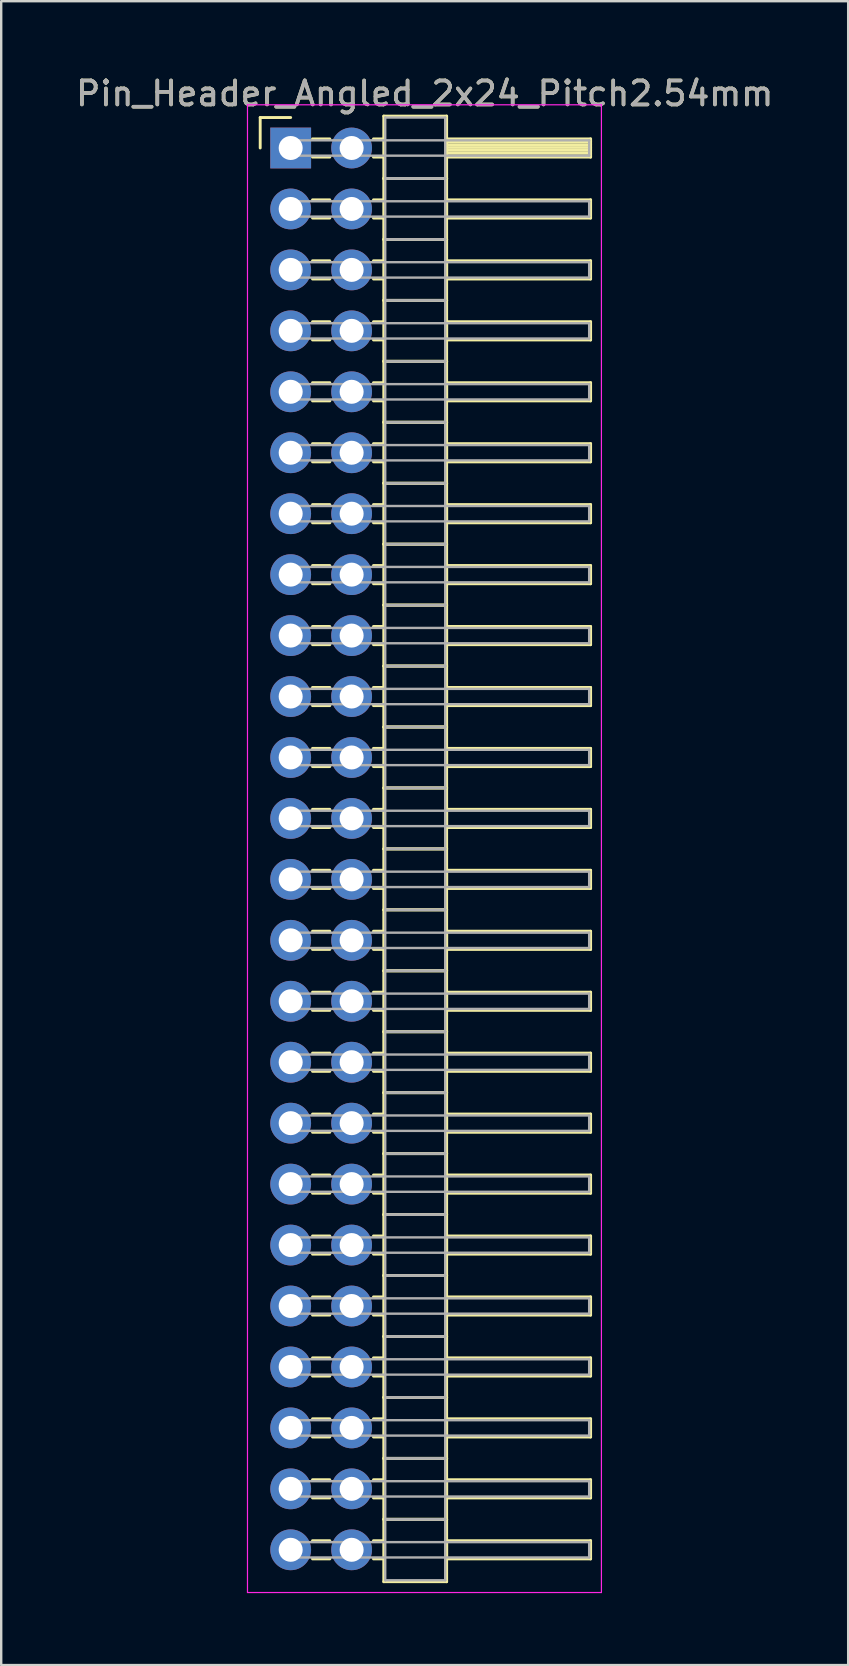
<source format=kicad_pcb>
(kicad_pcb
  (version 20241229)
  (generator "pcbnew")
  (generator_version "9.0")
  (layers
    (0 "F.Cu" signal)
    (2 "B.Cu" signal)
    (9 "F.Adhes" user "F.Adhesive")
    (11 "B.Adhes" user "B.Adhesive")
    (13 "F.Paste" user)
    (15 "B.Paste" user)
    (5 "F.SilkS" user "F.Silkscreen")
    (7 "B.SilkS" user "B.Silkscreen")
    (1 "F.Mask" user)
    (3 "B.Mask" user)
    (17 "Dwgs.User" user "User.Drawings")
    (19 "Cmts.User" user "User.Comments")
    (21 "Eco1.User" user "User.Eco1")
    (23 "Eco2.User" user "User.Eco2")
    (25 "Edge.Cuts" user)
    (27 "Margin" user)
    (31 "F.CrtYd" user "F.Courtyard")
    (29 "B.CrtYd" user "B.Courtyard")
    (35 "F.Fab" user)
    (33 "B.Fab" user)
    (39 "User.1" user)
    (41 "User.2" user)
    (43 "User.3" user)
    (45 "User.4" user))
  (footprint "Pin_Header_Angled_2x24_Pitch2.54mm"
    (layer "F.Cu")
    (at 9.064 3.118)
    (property "Reference" "Pin_Header_Angled_2x24_Pitch2.54mm" (at 5.585 -2.27 0) (layer "F.SilkS") (effects (font (size 1 1) (thickness 0.15))))
    (attr through_hole)
    (fp_line (start -1.27 -1.27) (end 0 -1.27) (stroke (width 0.12) (type solid)) (layer "F.SilkS"))
    (fp_line (start -1.27 0) (end -1.27 -1.27) (stroke (width 0.12) (type solid)) (layer "F.SilkS"))
    (fp_line (start 0.91 -0.38) (end 1.63 -0.38) (stroke (width 0.12) (type solid)) (layer "F.SilkS"))
    (fp_line (start 0.91 0.38) (end 1.63 0.38) (stroke (width 0.12) (type solid)) (layer "F.SilkS"))
    (fp_line (start 0.91 2.16) (end 1.63 2.16) (stroke (width 0.12) (type solid)) (layer "F.SilkS"))
    (fp_line (start 0.91 2.92) (end 1.63 2.92) (stroke (width 0.12) (type solid)) (layer "F.SilkS"))
    (fp_line (start 0.91 4.7) (end 1.63 4.7) (stroke (width 0.12) (type solid)) (layer "F.SilkS"))
    (fp_line (start 0.91 5.46) (end 1.63 5.46) (stroke (width 0.12) (type solid)) (layer "F.SilkS"))
    (fp_line (start 0.91 7.24) (end 1.63 7.24) (stroke (width 0.12) (type solid)) (layer "F.SilkS"))
    (fp_line (start 0.91 8) (end 1.63 8) (stroke (width 0.12) (type solid)) (layer "F.SilkS"))
    (fp_line (start 0.91 9.78) (end 1.63 9.78) (stroke (width 0.12) (type solid)) (layer "F.SilkS"))
    (fp_line (start 0.91 10.54) (end 1.63 10.54) (stroke (width 0.12) (type solid)) (layer "F.SilkS"))
    (fp_line (start 0.91 12.32) (end 1.63 12.32) (stroke (width 0.12) (type solid)) (layer "F.SilkS"))
    (fp_line (start 0.91 13.08) (end 1.63 13.08) (stroke (width 0.12) (type solid)) (layer "F.SilkS"))
    (fp_line (start 0.91 14.86) (end 1.63 14.86) (stroke (width 0.12) (type solid)) (layer "F.SilkS"))
    (fp_line (start 0.91 15.62) (end 1.63 15.62) (stroke (width 0.12) (type solid)) (layer "F.SilkS"))
    (fp_line (start 0.91 17.4) (end 1.63 17.4) (stroke (width 0.12) (type solid)) (layer "F.SilkS"))
    (fp_line (start 0.91 18.16) (end 1.63 18.16) (stroke (width 0.12) (type solid)) (layer "F.SilkS"))
    (fp_line (start 0.91 19.94) (end 1.63 19.94) (stroke (width 0.12) (type solid)) (layer "F.SilkS"))
    (fp_line (start 0.91 20.7) (end 1.63 20.7) (stroke (width 0.12) (type solid)) (layer "F.SilkS"))
    (fp_line (start 0.91 22.48) (end 1.63 22.48) (stroke (width 0.12) (type solid)) (layer "F.SilkS"))
    (fp_line (start 0.91 23.24) (end 1.63 23.24) (stroke (width 0.12) (type solid)) (layer "F.SilkS"))
    (fp_line (start 0.91 25.02) (end 1.63 25.02) (stroke (width 0.12) (type solid)) (layer "F.SilkS"))
    (fp_line (start 0.91 25.78) (end 1.63 25.78) (stroke (width 0.12) (type solid)) (layer "F.SilkS"))
    (fp_line (start 0.91 27.56) (end 1.63 27.56) (stroke (width 0.12) (type solid)) (layer "F.SilkS"))
    (fp_line (start 0.91 28.32) (end 1.63 28.32) (stroke (width 0.12) (type solid)) (layer "F.SilkS"))
    (fp_line (start 0.91 30.1) (end 1.63 30.1) (stroke (width 0.12) (type solid)) (layer "F.SilkS"))
    (fp_line (start 0.91 30.86) (end 1.63 30.86) (stroke (width 0.12) (type solid)) (layer "F.SilkS"))
    (fp_line (start 0.91 32.64) (end 1.63 32.64) (stroke (width 0.12) (type solid)) (layer "F.SilkS"))
    (fp_line (start 0.91 33.4) (end 1.63 33.4) (stroke (width 0.12) (type solid)) (layer "F.SilkS"))
    (fp_line (start 0.91 35.18) (end 1.63 35.18) (stroke (width 0.12) (type solid)) (layer "F.SilkS"))
    (fp_line (start 0.91 35.94) (end 1.63 35.94) (stroke (width 0.12) (type solid)) (layer "F.SilkS"))
    (fp_line (start 0.91 37.72) (end 1.63 37.72) (stroke (width 0.12) (type solid)) (layer "F.SilkS"))
    (fp_line (start 0.91 38.48) (end 1.63 38.48) (stroke (width 0.12) (type solid)) (layer "F.SilkS"))
    (fp_line (start 0.91 40.26) (end 1.63 40.26) (stroke (width 0.12) (type solid)) (layer "F.SilkS"))
    (fp_line (start 0.91 41.02) (end 1.63 41.02) (stroke (width 0.12) (type solid)) (layer "F.SilkS"))
    (fp_line (start 0.91 42.8) (end 1.63 42.8) (stroke (width 0.12) (type solid)) (layer "F.SilkS"))
    (fp_line (start 0.91 43.56) (end 1.63 43.56) (stroke (width 0.12) (type solid)) (layer "F.SilkS"))
    (fp_line (start 0.91 45.34) (end 1.63 45.34) (stroke (width 0.12) (type solid)) (layer "F.SilkS"))
    (fp_line (start 0.91 46.1) (end 1.63 46.1) (stroke (width 0.12) (type solid)) (layer "F.SilkS"))
    (fp_line (start 0.91 47.88) (end 1.63 47.88) (stroke (width 0.12) (type solid)) (layer "F.SilkS"))
    (fp_line (start 0.91 48.64) (end 1.63 48.64) (stroke (width 0.12) (type solid)) (layer "F.SilkS"))
    (fp_line (start 0.91 50.42) (end 1.63 50.42) (stroke (width 0.12) (type solid)) (layer "F.SilkS"))
    (fp_line (start 0.91 51.18) (end 1.63 51.18) (stroke (width 0.12) (type solid)) (layer "F.SilkS"))
    (fp_line (start 0.91 52.96) (end 1.63 52.96) (stroke (width 0.12) (type solid)) (layer "F.SilkS"))
    (fp_line (start 0.91 53.72) (end 1.63 53.72) (stroke (width 0.12) (type solid)) (layer "F.SilkS"))
    (fp_line (start 0.91 55.5) (end 1.63 55.5) (stroke (width 0.12) (type solid)) (layer "F.SilkS"))
    (fp_line (start 0.91 56.26) (end 1.63 56.26) (stroke (width 0.12) (type solid)) (layer "F.SilkS"))
    (fp_line (start 0.91 58.04) (end 1.63 58.04) (stroke (width 0.12) (type solid)) (layer "F.SilkS"))
    (fp_line (start 0.91 58.8) (end 1.63 58.8) (stroke (width 0.12) (type solid)) (layer "F.SilkS"))
    (fp_line (start 3.45 -0.38) (end 3.88 -0.38) (stroke (width 0.12) (type solid)) (layer "F.SilkS"))
    (fp_line (start 3.45 0.38) (end 3.88 0.38) (stroke (width 0.12) (type solid)) (layer "F.SilkS"))
    (fp_line (start 3.45 2.16) (end 3.88 2.16) (stroke (width 0.12) (type solid)) (layer "F.SilkS"))
    (fp_line (start 3.45 2.92) (end 3.88 2.92) (stroke (width 0.12) (type solid)) (layer "F.SilkS"))
    (fp_line (start 3.45 4.7) (end 3.88 4.7) (stroke (width 0.12) (type solid)) (layer "F.SilkS"))
    (fp_line (start 3.45 5.46) (end 3.88 5.46) (stroke (width 0.12) (type solid)) (layer "F.SilkS"))
    (fp_line (start 3.45 7.24) (end 3.88 7.24) (stroke (width 0.12) (type solid)) (layer "F.SilkS"))
    (fp_line (start 3.45 8) (end 3.88 8) (stroke (width 0.12) (type solid)) (layer "F.SilkS"))
    (fp_line (start 3.45 9.78) (end 3.88 9.78) (stroke (width 0.12) (type solid)) (layer "F.SilkS"))
    (fp_line (start 3.45 10.54) (end 3.88 10.54) (stroke (width 0.12) (type solid)) (layer "F.SilkS"))
    (fp_line (start 3.45 12.32) (end 3.88 12.32) (stroke (width 0.12) (type solid)) (layer "F.SilkS"))
    (fp_line (start 3.45 13.08) (end 3.88 13.08) (stroke (width 0.12) (type solid)) (layer "F.SilkS"))
    (fp_line (start 3.45 14.86) (end 3.88 14.86) (stroke (width 0.12) (type solid)) (layer "F.SilkS"))
    (fp_line (start 3.45 15.62) (end 3.88 15.62) (stroke (width 0.12) (type solid)) (layer "F.SilkS"))
    (fp_line (start 3.45 17.4) (end 3.88 17.4) (stroke (width 0.12) (type solid)) (layer "F.SilkS"))
    (fp_line (start 3.45 18.16) (end 3.88 18.16) (stroke (width 0.12) (type solid)) (layer "F.SilkS"))
    (fp_line (start 3.45 19.94) (end 3.88 19.94) (stroke (width 0.12) (type solid)) (layer "F.SilkS"))
    (fp_line (start 3.45 20.7) (end 3.88 20.7) (stroke (width 0.12) (type solid)) (layer "F.SilkS"))
    (fp_line (start 3.45 22.48) (end 3.88 22.48) (stroke (width 0.12) (type solid)) (layer "F.SilkS"))
    (fp_line (start 3.45 23.24) (end 3.88 23.24) (stroke (width 0.12) (type solid)) (layer "F.SilkS"))
    (fp_line (start 3.45 25.02) (end 3.88 25.02) (stroke (width 0.12) (type solid)) (layer "F.SilkS"))
    (fp_line (start 3.45 25.78) (end 3.88 25.78) (stroke (width 0.12) (type solid)) (layer "F.SilkS"))
    (fp_line (start 3.45 27.56) (end 3.88 27.56) (stroke (width 0.12) (type solid)) (layer "F.SilkS"))
    (fp_line (start 3.45 28.32) (end 3.88 28.32) (stroke (width 0.12) (type solid)) (layer "F.SilkS"))
    (fp_line (start 3.45 30.1) (end 3.88 30.1) (stroke (width 0.12) (type solid)) (layer "F.SilkS"))
    (fp_line (start 3.45 30.86) (end 3.88 30.86) (stroke (width 0.12) (type solid)) (layer "F.SilkS"))
    (fp_line (start 3.45 32.64) (end 3.88 32.64) (stroke (width 0.12) (type solid)) (layer "F.SilkS"))
    (fp_line (start 3.45 33.4) (end 3.88 33.4) (stroke (width 0.12) (type solid)) (layer "F.SilkS"))
    (fp_line (start 3.45 35.18) (end 3.88 35.18) (stroke (width 0.12) (type solid)) (layer "F.SilkS"))
    (fp_line (start 3.45 35.94) (end 3.88 35.94) (stroke (width 0.12) (type solid)) (layer "F.SilkS"))
    (fp_line (start 3.45 37.72) (end 3.88 37.72) (stroke (width 0.12) (type solid)) (layer "F.SilkS"))
    (fp_line (start 3.45 38.48) (end 3.88 38.48) (stroke (width 0.12) (type solid)) (layer "F.SilkS"))
    (fp_line (start 3.45 40.26) (end 3.88 40.26) (stroke (width 0.12) (type solid)) (layer "F.SilkS"))
    (fp_line (start 3.45 41.02) (end 3.88 41.02) (stroke (width 0.12) (type solid)) (layer "F.SilkS"))
    (fp_line (start 3.45 42.8) (end 3.88 42.8) (stroke (width 0.12) (type solid)) (layer "F.SilkS"))
    (fp_line (start 3.45 43.56) (end 3.88 43.56) (stroke (width 0.12) (type solid)) (layer "F.SilkS"))
    (fp_line (start 3.45 45.34) (end 3.88 45.34) (stroke (width 0.12) (type solid)) (layer "F.SilkS"))
    (fp_line (start 3.45 46.1) (end 3.88 46.1) (stroke (width 0.12) (type solid)) (layer "F.SilkS"))
    (fp_line (start 3.45 47.88) (end 3.88 47.88) (stroke (width 0.12) (type solid)) (layer "F.SilkS"))
    (fp_line (start 3.45 48.64) (end 3.88 48.64) (stroke (width 0.12) (type solid)) (layer "F.SilkS"))
    (fp_line (start 3.45 50.42) (end 3.88 50.42) (stroke (width 0.12) (type solid)) (layer "F.SilkS"))
    (fp_line (start 3.45 51.18) (end 3.88 51.18) (stroke (width 0.12) (type solid)) (layer "F.SilkS"))
    (fp_line (start 3.45 52.96) (end 3.88 52.96) (stroke (width 0.12) (type solid)) (layer "F.SilkS"))
    (fp_line (start 3.45 53.72) (end 3.88 53.72) (stroke (width 0.12) (type solid)) (layer "F.SilkS"))
    (fp_line (start 3.45 55.5) (end 3.88 55.5) (stroke (width 0.12) (type solid)) (layer "F.SilkS"))
    (fp_line (start 3.45 56.26) (end 3.88 56.26) (stroke (width 0.12) (type solid)) (layer "F.SilkS"))
    (fp_line (start 3.45 58.04) (end 3.88 58.04) (stroke (width 0.12) (type solid)) (layer "F.SilkS"))
    (fp_line (start 3.45 58.8) (end 3.88 58.8) (stroke (width 0.12) (type solid)) (layer "F.SilkS"))
    (fp_line (start 3.88 -1.33) (end 3.88 1.27) (stroke (width 0.12) (type solid)) (layer "F.SilkS"))
    (fp_line (start 3.88 1.27) (end 3.88 3.81) (stroke (width 0.12) (type solid)) (layer "F.SilkS"))
    (fp_line (start 3.88 1.27) (end 6.5 1.27) (stroke (width 0.12) (type solid)) (layer "F.SilkS"))
    (fp_line (start 3.88 3.81) (end 3.88 6.35) (stroke (width 0.12) (type solid)) (layer "F.SilkS"))
    (fp_line (start 3.88 3.81) (end 6.5 3.81) (stroke (width 0.12) (type solid)) (layer "F.SilkS"))
    (fp_line (start 3.88 6.35) (end 3.88 8.89) (stroke (width 0.12) (type solid)) (layer "F.SilkS"))
    (fp_line (start 3.88 6.35) (end 6.5 6.35) (stroke (width 0.12) (type solid)) (layer "F.SilkS"))
    (fp_line (start 3.88 8.89) (end 3.88 11.43) (stroke (width 0.12) (type solid)) (layer "F.SilkS"))
    (fp_line (start 3.88 8.89) (end 6.5 8.89) (stroke (width 0.12) (type solid)) (layer "F.SilkS"))
    (fp_line (start 3.88 11.43) (end 3.88 13.97) (stroke (width 0.12) (type solid)) (layer "F.SilkS"))
    (fp_line (start 3.88 11.43) (end 6.5 11.43) (stroke (width 0.12) (type solid)) (layer "F.SilkS"))
    (fp_line (start 3.88 13.97) (end 3.88 16.51) (stroke (width 0.12) (type solid)) (layer "F.SilkS"))
    (fp_line (start 3.88 13.97) (end 6.5 13.97) (stroke (width 0.12) (type solid)) (layer "F.SilkS"))
    (fp_line (start 3.88 16.51) (end 3.88 19.05) (stroke (width 0.12) (type solid)) (layer "F.SilkS"))
    (fp_line (start 3.88 16.51) (end 6.5 16.51) (stroke (width 0.12) (type solid)) (layer "F.SilkS"))
    (fp_line (start 3.88 19.05) (end 3.88 21.59) (stroke (width 0.12) (type solid)) (layer "F.SilkS"))
    (fp_line (start 3.88 19.05) (end 6.5 19.05) (stroke (width 0.12) (type solid)) (layer "F.SilkS"))
    (fp_line (start 3.88 21.59) (end 3.88 24.13) (stroke (width 0.12) (type solid)) (layer "F.SilkS"))
    (fp_line (start 3.88 21.59) (end 6.5 21.59) (stroke (width 0.12) (type solid)) (layer "F.SilkS"))
    (fp_line (start 3.88 24.13) (end 3.88 26.67) (stroke (width 0.12) (type solid)) (layer "F.SilkS"))
    (fp_line (start 3.88 24.13) (end 6.5 24.13) (stroke (width 0.12) (type solid)) (layer "F.SilkS"))
    (fp_line (start 3.88 26.67) (end 3.88 29.21) (stroke (width 0.12) (type solid)) (layer "F.SilkS"))
    (fp_line (start 3.88 26.67) (end 6.5 26.67) (stroke (width 0.12) (type solid)) (layer "F.SilkS"))
    (fp_line (start 3.88 29.21) (end 3.88 31.75) (stroke (width 0.12) (type solid)) (layer "F.SilkS"))
    (fp_line (start 3.88 29.21) (end 6.5 29.21) (stroke (width 0.12) (type solid)) (layer "F.SilkS"))
    (fp_line (start 3.88 31.75) (end 3.88 34.29) (stroke (width 0.12) (type solid)) (layer "F.SilkS"))
    (fp_line (start 3.88 31.75) (end 6.5 31.75) (stroke (width 0.12) (type solid)) (layer "F.SilkS"))
    (fp_line (start 3.88 34.29) (end 3.88 36.83) (stroke (width 0.12) (type solid)) (layer "F.SilkS"))
    (fp_line (start 3.88 34.29) (end 6.5 34.29) (stroke (width 0.12) (type solid)) (layer "F.SilkS"))
    (fp_line (start 3.88 36.83) (end 3.88 39.37) (stroke (width 0.12) (type solid)) (layer "F.SilkS"))
    (fp_line (start 3.88 36.83) (end 6.5 36.83) (stroke (width 0.12) (type solid)) (layer "F.SilkS"))
    (fp_line (start 3.88 39.37) (end 3.88 41.91) (stroke (width 0.12) (type solid)) (layer "F.SilkS"))
    (fp_line (start 3.88 39.37) (end 6.5 39.37) (stroke (width 0.12) (type solid)) (layer "F.SilkS"))
    (fp_line (start 3.88 41.91) (end 3.88 44.45) (stroke (width 0.12) (type solid)) (layer "F.SilkS"))
    (fp_line (start 3.88 41.91) (end 6.5 41.91) (stroke (width 0.12) (type solid)) (layer "F.SilkS"))
    (fp_line (start 3.88 44.45) (end 3.88 46.99) (stroke (width 0.12) (type solid)) (layer "F.SilkS"))
    (fp_line (start 3.88 44.45) (end 6.5 44.45) (stroke (width 0.12) (type solid)) (layer "F.SilkS"))
    (fp_line (start 3.88 46.99) (end 3.88 49.53) (stroke (width 0.12) (type solid)) (layer "F.SilkS"))
    (fp_line (start 3.88 46.99) (end 6.5 46.99) (stroke (width 0.12) (type solid)) (layer "F.SilkS"))
    (fp_line (start 3.88 49.53) (end 3.88 52.07) (stroke (width 0.12) (type solid)) (layer "F.SilkS"))
    (fp_line (start 3.88 49.53) (end 6.5 49.53) (stroke (width 0.12) (type solid)) (layer "F.SilkS"))
    (fp_line (start 3.88 52.07) (end 3.88 54.61) (stroke (width 0.12) (type solid)) (layer "F.SilkS"))
    (fp_line (start 3.88 52.07) (end 6.5 52.07) (stroke (width 0.12) (type solid)) (layer "F.SilkS"))
    (fp_line (start 3.88 54.61) (end 3.88 57.15) (stroke (width 0.12) (type solid)) (layer "F.SilkS"))
    (fp_line (start 3.88 54.61) (end 6.5 54.61) (stroke (width 0.12) (type solid)) (layer "F.SilkS"))
    (fp_line (start 3.88 57.15) (end 3.88 59.75) (stroke (width 0.12) (type solid)) (layer "F.SilkS"))
    (fp_line (start 3.88 57.15) (end 6.5 57.15) (stroke (width 0.12) (type solid)) (layer "F.SilkS"))
    (fp_line (start 3.88 59.75) (end 6.5 59.75) (stroke (width 0.12) (type solid)) (layer "F.SilkS"))
    (fp_line (start 6.5 -1.33) (end 3.88 -1.33) (stroke (width 0.12) (type solid)) (layer "F.SilkS"))
    (fp_line (start 6.5 -0.38) (end 6.5 0.38) (stroke (width 0.12) (type solid)) (layer "F.SilkS"))
    (fp_line (start 6.5 -0.26) (end 12.5 -0.26) (stroke (width 0.12) (type solid)) (layer "F.SilkS"))
    (fp_line (start 6.5 -0.14) (end 12.5 -0.14) (stroke (width 0.12) (type solid)) (layer "F.SilkS"))
    (fp_line (start 6.5 -0.02) (end 12.5 -0.02) (stroke (width 0.12) (type solid)) (layer "F.SilkS"))
    (fp_line (start 6.5 0.1) (end 12.5 0.1) (stroke (width 0.12) (type solid)) (layer "F.SilkS"))
    (fp_line (start 6.5 0.22) (end 12.5 0.22) (stroke (width 0.12) (type solid)) (layer "F.SilkS"))
    (fp_line (start 6.5 0.34) (end 12.5 0.34) (stroke (width 0.12) (type solid)) (layer "F.SilkS"))
    (fp_line (start 6.5 0.38) (end 12.5 0.38) (stroke (width 0.12) (type solid)) (layer "F.SilkS"))
    (fp_line (start 6.5 1.27) (end 3.88 1.27) (stroke (width 0.12) (type solid)) (layer "F.SilkS"))
    (fp_line (start 6.5 1.27) (end 6.5 -1.33) (stroke (width 0.12) (type solid)) (layer "F.SilkS"))
    (fp_line (start 6.5 2.16) (end 6.5 2.92) (stroke (width 0.12) (type solid)) (layer "F.SilkS"))
    (fp_line (start 6.5 2.92) (end 12.5 2.92) (stroke (width 0.12) (type solid)) (layer "F.SilkS"))
    (fp_line (start 6.5 3.81) (end 3.88 3.81) (stroke (width 0.12) (type solid)) (layer "F.SilkS"))
    (fp_line (start 6.5 3.81) (end 6.5 1.27) (stroke (width 0.12) (type solid)) (layer "F.SilkS"))
    (fp_line (start 6.5 4.7) (end 6.5 5.46) (stroke (width 0.12) (type solid)) (layer "F.SilkS"))
    (fp_line (start 6.5 5.46) (end 12.5 5.46) (stroke (width 0.12) (type solid)) (layer "F.SilkS"))
    (fp_line (start 6.5 6.35) (end 3.88 6.35) (stroke (width 0.12) (type solid)) (layer "F.SilkS"))
    (fp_line (start 6.5 6.35) (end 6.5 3.81) (stroke (width 0.12) (type solid)) (layer "F.SilkS"))
    (fp_line (start 6.5 7.24) (end 6.5 8) (stroke (width 0.12) (type solid)) (layer "F.SilkS"))
    (fp_line (start 6.5 8) (end 12.5 8) (stroke (width 0.12) (type solid)) (layer "F.SilkS"))
    (fp_line (start 6.5 8.89) (end 3.88 8.89) (stroke (width 0.12) (type solid)) (layer "F.SilkS"))
    (fp_line (start 6.5 8.89) (end 6.5 6.35) (stroke (width 0.12) (type solid)) (layer "F.SilkS"))
    (fp_line (start 6.5 9.78) (end 6.5 10.54) (stroke (width 0.12) (type solid)) (layer "F.SilkS"))
    (fp_line (start 6.5 10.54) (end 12.5 10.54) (stroke (width 0.12) (type solid)) (layer "F.SilkS"))
    (fp_line (start 6.5 11.43) (end 3.88 11.43) (stroke (width 0.12) (type solid)) (layer "F.SilkS"))
    (fp_line (start 6.5 11.43) (end 6.5 8.89) (stroke (width 0.12) (type solid)) (layer "F.SilkS"))
    (fp_line (start 6.5 12.32) (end 6.5 13.08) (stroke (width 0.12) (type solid)) (layer "F.SilkS"))
    (fp_line (start 6.5 13.08) (end 12.5 13.08) (stroke (width 0.12) (type solid)) (layer "F.SilkS"))
    (fp_line (start 6.5 13.97) (end 3.88 13.97) (stroke (width 0.12) (type solid)) (layer "F.SilkS"))
    (fp_line (start 6.5 13.97) (end 6.5 11.43) (stroke (width 0.12) (type solid)) (layer "F.SilkS"))
    (fp_line (start 6.5 14.86) (end 6.5 15.62) (stroke (width 0.12) (type solid)) (layer "F.SilkS"))
    (fp_line (start 6.5 15.62) (end 12.5 15.62) (stroke (width 0.12) (type solid)) (layer "F.SilkS"))
    (fp_line (start 6.5 16.51) (end 3.88 16.51) (stroke (width 0.12) (type solid)) (layer "F.SilkS"))
    (fp_line (start 6.5 16.51) (end 6.5 13.97) (stroke (width 0.12) (type solid)) (layer "F.SilkS"))
    (fp_line (start 6.5 17.4) (end 6.5 18.16) (stroke (width 0.12) (type solid)) (layer "F.SilkS"))
    (fp_line (start 6.5 18.16) (end 12.5 18.16) (stroke (width 0.12) (type solid)) (layer "F.SilkS"))
    (fp_line (start 6.5 19.05) (end 3.88 19.05) (stroke (width 0.12) (type solid)) (layer "F.SilkS"))
    (fp_line (start 6.5 19.05) (end 6.5 16.51) (stroke (width 0.12) (type solid)) (layer "F.SilkS"))
    (fp_line (start 6.5 19.94) (end 6.5 20.7) (stroke (width 0.12) (type solid)) (layer "F.SilkS"))
    (fp_line (start 6.5 20.7) (end 12.5 20.7) (stroke (width 0.12) (type solid)) (layer "F.SilkS"))
    (fp_line (start 6.5 21.59) (end 3.88 21.59) (stroke (width 0.12) (type solid)) (layer "F.SilkS"))
    (fp_line (start 6.5 21.59) (end 6.5 19.05) (stroke (width 0.12) (type solid)) (layer "F.SilkS"))
    (fp_line (start 6.5 22.48) (end 6.5 23.24) (stroke (width 0.12) (type solid)) (layer "F.SilkS"))
    (fp_line (start 6.5 23.24) (end 12.5 23.24) (stroke (width 0.12) (type solid)) (layer "F.SilkS"))
    (fp_line (start 6.5 24.13) (end 3.88 24.13) (stroke (width 0.12) (type solid)) (layer "F.SilkS"))
    (fp_line (start 6.5 24.13) (end 6.5 21.59) (stroke (width 0.12) (type solid)) (layer "F.SilkS"))
    (fp_line (start 6.5 25.02) (end 6.5 25.78) (stroke (width 0.12) (type solid)) (layer "F.SilkS"))
    (fp_line (start 6.5 25.78) (end 12.5 25.78) (stroke (width 0.12) (type solid)) (layer "F.SilkS"))
    (fp_line (start 6.5 26.67) (end 3.88 26.67) (stroke (width 0.12) (type solid)) (layer "F.SilkS"))
    (fp_line (start 6.5 26.67) (end 6.5 24.13) (stroke (width 0.12) (type solid)) (layer "F.SilkS"))
    (fp_line (start 6.5 27.56) (end 6.5 28.32) (stroke (width 0.12) (type solid)) (layer "F.SilkS"))
    (fp_line (start 6.5 28.32) (end 12.5 28.32) (stroke (width 0.12) (type solid)) (layer "F.SilkS"))
    (fp_line (start 6.5 29.21) (end 3.88 29.21) (stroke (width 0.12) (type solid)) (layer "F.SilkS"))
    (fp_line (start 6.5 29.21) (end 6.5 26.67) (stroke (width 0.12) (type solid)) (layer "F.SilkS"))
    (fp_line (start 6.5 30.1) (end 6.5 30.86) (stroke (width 0.12) (type solid)) (layer "F.SilkS"))
    (fp_line (start 6.5 30.86) (end 12.5 30.86) (stroke (width 0.12) (type solid)) (layer "F.SilkS"))
    (fp_line (start 6.5 31.75) (end 3.88 31.75) (stroke (width 0.12) (type solid)) (layer "F.SilkS"))
    (fp_line (start 6.5 31.75) (end 6.5 29.21) (stroke (width 0.12) (type solid)) (layer "F.SilkS"))
    (fp_line (start 6.5 32.64) (end 6.5 33.4) (stroke (width 0.12) (type solid)) (layer "F.SilkS"))
    (fp_line (start 6.5 33.4) (end 12.5 33.4) (stroke (width 0.12) (type solid)) (layer "F.SilkS"))
    (fp_line (start 6.5 34.29) (end 3.88 34.29) (stroke (width 0.12) (type solid)) (layer "F.SilkS"))
    (fp_line (start 6.5 34.29) (end 6.5 31.75) (stroke (width 0.12) (type solid)) (layer "F.SilkS"))
    (fp_line (start 6.5 35.18) (end 6.5 35.94) (stroke (width 0.12) (type solid)) (layer "F.SilkS"))
    (fp_line (start 6.5 35.94) (end 12.5 35.94) (stroke (width 0.12) (type solid)) (layer "F.SilkS"))
    (fp_line (start 6.5 36.83) (end 3.88 36.83) (stroke (width 0.12) (type solid)) (layer "F.SilkS"))
    (fp_line (start 6.5 36.83) (end 6.5 34.29) (stroke (width 0.12) (type solid)) (layer "F.SilkS"))
    (fp_line (start 6.5 37.72) (end 6.5 38.48) (stroke (width 0.12) (type solid)) (layer "F.SilkS"))
    (fp_line (start 6.5 38.48) (end 12.5 38.48) (stroke (width 0.12) (type solid)) (layer "F.SilkS"))
    (fp_line (start 6.5 39.37) (end 3.88 39.37) (stroke (width 0.12) (type solid)) (layer "F.SilkS"))
    (fp_line (start 6.5 39.37) (end 6.5 36.83) (stroke (width 0.12) (type solid)) (layer "F.SilkS"))
    (fp_line (start 6.5 40.26) (end 6.5 41.02) (stroke (width 0.12) (type solid)) (layer "F.SilkS"))
    (fp_line (start 6.5 41.02) (end 12.5 41.02) (stroke (width 0.12) (type solid)) (layer "F.SilkS"))
    (fp_line (start 6.5 41.91) (end 3.88 41.91) (stroke (width 0.12) (type solid)) (layer "F.SilkS"))
    (fp_line (start 6.5 41.91) (end 6.5 39.37) (stroke (width 0.12) (type solid)) (layer "F.SilkS"))
    (fp_line (start 6.5 42.8) (end 6.5 43.56) (stroke (width 0.12) (type solid)) (layer "F.SilkS"))
    (fp_line (start 6.5 43.56) (end 12.5 43.56) (stroke (width 0.12) (type solid)) (layer "F.SilkS"))
    (fp_line (start 6.5 44.45) (end 3.88 44.45) (stroke (width 0.12) (type solid)) (layer "F.SilkS"))
    (fp_line (start 6.5 44.45) (end 6.5 41.91) (stroke (width 0.12) (type solid)) (layer "F.SilkS"))
    (fp_line (start 6.5 45.34) (end 6.5 46.1) (stroke (width 0.12) (type solid)) (layer "F.SilkS"))
    (fp_line (start 6.5 46.1) (end 12.5 46.1) (stroke (width 0.12) (type solid)) (layer "F.SilkS"))
    (fp_line (start 6.5 46.99) (end 3.88 46.99) (stroke (width 0.12) (type solid)) (layer "F.SilkS"))
    (fp_line (start 6.5 46.99) (end 6.5 44.45) (stroke (width 0.12) (type solid)) (layer "F.SilkS"))
    (fp_line (start 6.5 47.88) (end 6.5 48.64) (stroke (width 0.12) (type solid)) (layer "F.SilkS"))
    (fp_line (start 6.5 48.64) (end 12.5 48.64) (stroke (width 0.12) (type solid)) (layer "F.SilkS"))
    (fp_line (start 6.5 49.53) (end 3.88 49.53) (stroke (width 0.12) (type solid)) (layer "F.SilkS"))
    (fp_line (start 6.5 49.53) (end 6.5 46.99) (stroke (width 0.12) (type solid)) (layer "F.SilkS"))
    (fp_line (start 6.5 50.42) (end 6.5 51.18) (stroke (width 0.12) (type solid)) (layer "F.SilkS"))
    (fp_line (start 6.5 51.18) (end 12.5 51.18) (stroke (width 0.12) (type solid)) (layer "F.SilkS"))
    (fp_line (start 6.5 52.07) (end 3.88 52.07) (stroke (width 0.12) (type solid)) (layer "F.SilkS"))
    (fp_line (start 6.5 52.07) (end 6.5 49.53) (stroke (width 0.12) (type solid)) (layer "F.SilkS"))
    (fp_line (start 6.5 52.96) (end 6.5 53.72) (stroke (width 0.12) (type solid)) (layer "F.SilkS"))
    (fp_line (start 6.5 53.72) (end 12.5 53.72) (stroke (width 0.12) (type solid)) (layer "F.SilkS"))
    (fp_line (start 6.5 54.61) (end 3.88 54.61) (stroke (width 0.12) (type solid)) (layer "F.SilkS"))
    (fp_line (start 6.5 54.61) (end 6.5 52.07) (stroke (width 0.12) (type solid)) (layer "F.SilkS"))
    (fp_line (start 6.5 55.5) (end 6.5 56.26) (stroke (width 0.12) (type solid)) (layer "F.SilkS"))
    (fp_line (start 6.5 56.26) (end 12.5 56.26) (stroke (width 0.12) (type solid)) (layer "F.SilkS"))
    (fp_line (start 6.5 57.15) (end 3.88 57.15) (stroke (width 0.12) (type solid)) (layer "F.SilkS"))
    (fp_line (start 6.5 57.15) (end 6.5 54.61) (stroke (width 0.12) (type solid)) (layer "F.SilkS"))
    (fp_line (start 6.5 58.04) (end 6.5 58.8) (stroke (width 0.12) (type solid)) (layer "F.SilkS"))
    (fp_line (start 6.5 58.8) (end 12.5 58.8) (stroke (width 0.12) (type solid)) (layer "F.SilkS"))
    (fp_line (start 6.5 59.75) (end 6.5 57.15) (stroke (width 0.12) (type solid)) (layer "F.SilkS"))
    (fp_line (start 12.5 -0.38) (end 6.5 -0.38) (stroke (width 0.12) (type solid)) (layer "F.SilkS"))
    (fp_line (start 12.5 0.38) (end 12.5 -0.38) (stroke (width 0.12) (type solid)) (layer "F.SilkS"))
    (fp_line (start 12.5 2.16) (end 6.5 2.16) (stroke (width 0.12) (type solid)) (layer "F.SilkS"))
    (fp_line (start 12.5 2.92) (end 12.5 2.16) (stroke (width 0.12) (type solid)) (layer "F.SilkS"))
    (fp_line (start 12.5 4.7) (end 6.5 4.7) (stroke (width 0.12) (type solid)) (layer "F.SilkS"))
    (fp_line (start 12.5 5.46) (end 12.5 4.7) (stroke (width 0.12) (type solid)) (layer "F.SilkS"))
    (fp_line (start 12.5 7.24) (end 6.5 7.24) (stroke (width 0.12) (type solid)) (layer "F.SilkS"))
    (fp_line (start 12.5 8) (end 12.5 7.24) (stroke (width 0.12) (type solid)) (layer "F.SilkS"))
    (fp_line (start 12.5 9.78) (end 6.5 9.78) (stroke (width 0.12) (type solid)) (layer "F.SilkS"))
    (fp_line (start 12.5 10.54) (end 12.5 9.78) (stroke (width 0.12) (type solid)) (layer "F.SilkS"))
    (fp_line (start 12.5 12.32) (end 6.5 12.32) (stroke (width 0.12) (type solid)) (layer "F.SilkS"))
    (fp_line (start 12.5 13.08) (end 12.5 12.32) (stroke (width 0.12) (type solid)) (layer "F.SilkS"))
    (fp_line (start 12.5 14.86) (end 6.5 14.86) (stroke (width 0.12) (type solid)) (layer "F.SilkS"))
    (fp_line (start 12.5 15.62) (end 12.5 14.86) (stroke (width 0.12) (type solid)) (layer "F.SilkS"))
    (fp_line (start 12.5 17.4) (end 6.5 17.4) (stroke (width 0.12) (type solid)) (layer "F.SilkS"))
    (fp_line (start 12.5 18.16) (end 12.5 17.4) (stroke (width 0.12) (type solid)) (layer "F.SilkS"))
    (fp_line (start 12.5 19.94) (end 6.5 19.94) (stroke (width 0.12) (type solid)) (layer "F.SilkS"))
    (fp_line (start 12.5 20.7) (end 12.5 19.94) (stroke (width 0.12) (type solid)) (layer "F.SilkS"))
    (fp_line (start 12.5 22.48) (end 6.5 22.48) (stroke (width 0.12) (type solid)) (layer "F.SilkS"))
    (fp_line (start 12.5 23.24) (end 12.5 22.48) (stroke (width 0.12) (type solid)) (layer "F.SilkS"))
    (fp_line (start 12.5 25.02) (end 6.5 25.02) (stroke (width 0.12) (type solid)) (layer "F.SilkS"))
    (fp_line (start 12.5 25.78) (end 12.5 25.02) (stroke (width 0.12) (type solid)) (layer "F.SilkS"))
    (fp_line (start 12.5 27.56) (end 6.5 27.56) (stroke (width 0.12) (type solid)) (layer "F.SilkS"))
    (fp_line (start 12.5 28.32) (end 12.5 27.56) (stroke (width 0.12) (type solid)) (layer "F.SilkS"))
    (fp_line (start 12.5 30.1) (end 6.5 30.1) (stroke (width 0.12) (type solid)) (layer "F.SilkS"))
    (fp_line (start 12.5 30.86) (end 12.5 30.1) (stroke (width 0.12) (type solid)) (layer "F.SilkS"))
    (fp_line (start 12.5 32.64) (end 6.5 32.64) (stroke (width 0.12) (type solid)) (layer "F.SilkS"))
    (fp_line (start 12.5 33.4) (end 12.5 32.64) (stroke (width 0.12) (type solid)) (layer "F.SilkS"))
    (fp_line (start 12.5 35.18) (end 6.5 35.18) (stroke (width 0.12) (type solid)) (layer "F.SilkS"))
    (fp_line (start 12.5 35.94) (end 12.5 35.18) (stroke (width 0.12) (type solid)) (layer "F.SilkS"))
    (fp_line (start 12.5 37.72) (end 6.5 37.72) (stroke (width 0.12) (type solid)) (layer "F.SilkS"))
    (fp_line (start 12.5 38.48) (end 12.5 37.72) (stroke (width 0.12) (type solid)) (layer "F.SilkS"))
    (fp_line (start 12.5 40.26) (end 6.5 40.26) (stroke (width 0.12) (type solid)) (layer "F.SilkS"))
    (fp_line (start 12.5 41.02) (end 12.5 40.26) (stroke (width 0.12) (type solid)) (layer "F.SilkS"))
    (fp_line (start 12.5 42.8) (end 6.5 42.8) (stroke (width 0.12) (type solid)) (layer "F.SilkS"))
    (fp_line (start 12.5 43.56) (end 12.5 42.8) (stroke (width 0.12) (type solid)) (layer "F.SilkS"))
    (fp_line (start 12.5 45.34) (end 6.5 45.34) (stroke (width 0.12) (type solid)) (layer "F.SilkS"))
    (fp_line (start 12.5 46.1) (end 12.5 45.34) (stroke (width 0.12) (type solid)) (layer "F.SilkS"))
    (fp_line (start 12.5 47.88) (end 6.5 47.88) (stroke (width 0.12) (type solid)) (layer "F.SilkS"))
    (fp_line (start 12.5 48.64) (end 12.5 47.88) (stroke (width 0.12) (type solid)) (layer "F.SilkS"))
    (fp_line (start 12.5 50.42) (end 6.5 50.42) (stroke (width 0.12) (type solid)) (layer "F.SilkS"))
    (fp_line (start 12.5 51.18) (end 12.5 50.42) (stroke (width 0.12) (type solid)) (layer "F.SilkS"))
    (fp_line (start 12.5 52.96) (end 6.5 52.96) (stroke (width 0.12) (type solid)) (layer "F.SilkS"))
    (fp_line (start 12.5 53.72) (end 12.5 52.96) (stroke (width 0.12) (type solid)) (layer "F.SilkS"))
    (fp_line (start 12.5 55.5) (end 6.5 55.5) (stroke (width 0.12) (type solid)) (layer "F.SilkS"))
    (fp_line (start 12.5 56.26) (end 12.5 55.5) (stroke (width 0.12) (type solid)) (layer "F.SilkS"))
    (fp_line (start 12.5 58.04) (end 6.5 58.04) (stroke (width 0.12) (type solid)) (layer "F.SilkS"))
    (fp_line (start 12.5 58.8) (end 12.5 58.04) (stroke (width 0.12) (type solid)) (layer "F.SilkS"))
    (fp_line (start -1.8 -1.8) (end -1.8 60.2) (stroke (width 0.05) (type solid)) (layer "F.CrtYd"))
    (fp_line (start -1.8 60.2) (end 12.95 60.2) (stroke (width 0.05) (type solid)) (layer "F.CrtYd"))
    (fp_line (start 12.95 -1.8) (end -1.8 -1.8) (stroke (width 0.05) (type solid)) (layer "F.CrtYd"))
    (fp_line (start 12.95 60.2) (end 12.95 -1.8) (stroke (width 0.05) (type solid)) (layer "F.CrtYd"))
    (fp_line (start 0 -0.32) (end 0 0.32) (stroke (width 0.1) (type solid)) (layer "F.Fab"))
    (fp_line (start 0 0.32) (end 12.44 0.32) (stroke (width 0.1) (type solid)) (layer "F.Fab"))
    (fp_line (start 0 2.22) (end 0 2.86) (stroke (width 0.1) (type solid)) (layer "F.Fab"))
    (fp_line (start 0 2.86) (end 12.44 2.86) (stroke (width 0.1) (type solid)) (layer "F.Fab"))
    (fp_line (start 0 4.76) (end 0 5.4) (stroke (width 0.1) (type solid)) (layer "F.Fab"))
    (fp_line (start 0 5.4) (end 12.44 5.4) (stroke (width 0.1) (type solid)) (layer "F.Fab"))
    (fp_line (start 0 7.3) (end 0 7.94) (stroke (width 0.1) (type solid)) (layer "F.Fab"))
    (fp_line (start 0 7.94) (end 12.44 7.94) (stroke (width 0.1) (type solid)) (layer "F.Fab"))
    (fp_line (start 0 9.84) (end 0 10.48) (stroke (width 0.1) (type solid)) (layer "F.Fab"))
    (fp_line (start 0 10.48) (end 12.44 10.48) (stroke (width 0.1) (type solid)) (layer "F.Fab"))
    (fp_line (start 0 12.38) (end 0 13.02) (stroke (width 0.1) (type solid)) (layer "F.Fab"))
    (fp_line (start 0 13.02) (end 12.44 13.02) (stroke (width 0.1) (type solid)) (layer "F.Fab"))
    (fp_line (start 0 14.92) (end 0 15.56) (stroke (width 0.1) (type solid)) (layer "F.Fab"))
    (fp_line (start 0 15.56) (end 12.44 15.56) (stroke (width 0.1) (type solid)) (layer "F.Fab"))
    (fp_line (start 0 17.46) (end 0 18.1) (stroke (width 0.1) (type solid)) (layer "F.Fab"))
    (fp_line (start 0 18.1) (end 12.44 18.1) (stroke (width 0.1) (type solid)) (layer "F.Fab"))
    (fp_line (start 0 20) (end 0 20.64) (stroke (width 0.1) (type solid)) (layer "F.Fab"))
    (fp_line (start 0 20.64) (end 12.44 20.64) (stroke (width 0.1) (type solid)) (layer "F.Fab"))
    (fp_line (start 0 22.54) (end 0 23.18) (stroke (width 0.1) (type solid)) (layer "F.Fab"))
    (fp_line (start 0 23.18) (end 12.44 23.18) (stroke (width 0.1) (type solid)) (layer "F.Fab"))
    (fp_line (start 0 25.08) (end 0 25.72) (stroke (width 0.1) (type solid)) (layer "F.Fab"))
    (fp_line (start 0 25.72) (end 12.44 25.72) (stroke (width 0.1) (type solid)) (layer "F.Fab"))
    (fp_line (start 0 27.62) (end 0 28.26) (stroke (width 0.1) (type solid)) (layer "F.Fab"))
    (fp_line (start 0 28.26) (end 12.44 28.26) (stroke (width 0.1) (type solid)) (layer "F.Fab"))
    (fp_line (start 0 30.16) (end 0 30.8) (stroke (width 0.1) (type solid)) (layer "F.Fab"))
    (fp_line (start 0 30.8) (end 12.44 30.8) (stroke (width 0.1) (type solid)) (layer "F.Fab"))
    (fp_line (start 0 32.7) (end 0 33.34) (stroke (width 0.1) (type solid)) (layer "F.Fab"))
    (fp_line (start 0 33.34) (end 12.44 33.34) (stroke (width 0.1) (type solid)) (layer "F.Fab"))
    (fp_line (start 0 35.24) (end 0 35.88) (stroke (width 0.1) (type solid)) (layer "F.Fab"))
    (fp_line (start 0 35.88) (end 12.44 35.88) (stroke (width 0.1) (type solid)) (layer "F.Fab"))
    (fp_line (start 0 37.78) (end 0 38.42) (stroke (width 0.1) (type solid)) (layer "F.Fab"))
    (fp_line (start 0 38.42) (end 12.44 38.42) (stroke (width 0.1) (type solid)) (layer "F.Fab"))
    (fp_line (start 0 40.32) (end 0 40.96) (stroke (width 0.1) (type solid)) (layer "F.Fab"))
    (fp_line (start 0 40.96) (end 12.44 40.96) (stroke (width 0.1) (type solid)) (layer "F.Fab"))
    (fp_line (start 0 42.86) (end 0 43.5) (stroke (width 0.1) (type solid)) (layer "F.Fab"))
    (fp_line (start 0 43.5) (end 12.44 43.5) (stroke (width 0.1) (type solid)) (layer "F.Fab"))
    (fp_line (start 0 45.4) (end 0 46.04) (stroke (width 0.1) (type solid)) (layer "F.Fab"))
    (fp_line (start 0 46.04) (end 12.44 46.04) (stroke (width 0.1) (type solid)) (layer "F.Fab"))
    (fp_line (start 0 47.94) (end 0 48.58) (stroke (width 0.1) (type solid)) (layer "F.Fab"))
    (fp_line (start 0 48.58) (end 12.44 48.58) (stroke (width 0.1) (type solid)) (layer "F.Fab"))
    (fp_line (start 0 50.48) (end 0 51.12) (stroke (width 0.1) (type solid)) (layer "F.Fab"))
    (fp_line (start 0 51.12) (end 12.44 51.12) (stroke (width 0.1) (type solid)) (layer "F.Fab"))
    (fp_line (start 0 53.02) (end 0 53.66) (stroke (width 0.1) (type solid)) (layer "F.Fab"))
    (fp_line (start 0 53.66) (end 12.44 53.66) (stroke (width 0.1) (type solid)) (layer "F.Fab"))
    (fp_line (start 0 55.56) (end 0 56.2) (stroke (width 0.1) (type solid)) (layer "F.Fab"))
    (fp_line (start 0 56.2) (end 12.44 56.2) (stroke (width 0.1) (type solid)) (layer "F.Fab"))
    (fp_line (start 0 58.1) (end 0 58.74) (stroke (width 0.1) (type solid)) (layer "F.Fab"))
    (fp_line (start 0 58.74) (end 12.44 58.74) (stroke (width 0.1) (type solid)) (layer "F.Fab"))
    (fp_line (start 3.94 -1.27) (end 3.94 1.27) (stroke (width 0.1) (type solid)) (layer "F.Fab"))
    (fp_line (start 3.94 1.27) (end 3.94 3.81) (stroke (width 0.1) (type solid)) (layer "F.Fab"))
    (fp_line (start 3.94 1.27) (end 6.44 1.27) (stroke (width 0.1) (type solid)) (layer "F.Fab"))
    (fp_line (start 3.94 3.81) (end 3.94 6.35) (stroke (width 0.1) (type solid)) (layer "F.Fab"))
    (fp_line (start 3.94 3.81) (end 6.44 3.81) (stroke (width 0.1) (type solid)) (layer "F.Fab"))
    (fp_line (start 3.94 6.35) (end 3.94 8.89) (stroke (width 0.1) (type solid)) (layer "F.Fab"))
    (fp_line (start 3.94 6.35) (end 6.44 6.35) (stroke (width 0.1) (type solid)) (layer "F.Fab"))
    (fp_line (start 3.94 8.89) (end 3.94 11.43) (stroke (width 0.1) (type solid)) (layer "F.Fab"))
    (fp_line (start 3.94 8.89) (end 6.44 8.89) (stroke (width 0.1) (type solid)) (layer "F.Fab"))
    (fp_line (start 3.94 11.43) (end 3.94 13.97) (stroke (width 0.1) (type solid)) (layer "F.Fab"))
    (fp_line (start 3.94 11.43) (end 6.44 11.43) (stroke (width 0.1) (type solid)) (layer "F.Fab"))
    (fp_line (start 3.94 13.97) (end 3.94 16.51) (stroke (width 0.1) (type solid)) (layer "F.Fab"))
    (fp_line (start 3.94 13.97) (end 6.44 13.97) (stroke (width 0.1) (type solid)) (layer "F.Fab"))
    (fp_line (start 3.94 16.51) (end 3.94 19.05) (stroke (width 0.1) (type solid)) (layer "F.Fab"))
    (fp_line (start 3.94 16.51) (end 6.44 16.51) (stroke (width 0.1) (type solid)) (layer "F.Fab"))
    (fp_line (start 3.94 19.05) (end 3.94 21.59) (stroke (width 0.1) (type solid)) (layer "F.Fab"))
    (fp_line (start 3.94 19.05) (end 6.44 19.05) (stroke (width 0.1) (type solid)) (layer "F.Fab"))
    (fp_line (start 3.94 21.59) (end 3.94 24.13) (stroke (width 0.1) (type solid)) (layer "F.Fab"))
    (fp_line (start 3.94 21.59) (end 6.44 21.59) (stroke (width 0.1) (type solid)) (layer "F.Fab"))
    (fp_line (start 3.94 24.13) (end 3.94 26.67) (stroke (width 0.1) (type solid)) (layer "F.Fab"))
    (fp_line (start 3.94 24.13) (end 6.44 24.13) (stroke (width 0.1) (type solid)) (layer "F.Fab"))
    (fp_line (start 3.94 26.67) (end 3.94 29.21) (stroke (width 0.1) (type solid)) (layer "F.Fab"))
    (fp_line (start 3.94 26.67) (end 6.44 26.67) (stroke (width 0.1) (type solid)) (layer "F.Fab"))
    (fp_line (start 3.94 29.21) (end 3.94 31.75) (stroke (width 0.1) (type solid)) (layer "F.Fab"))
    (fp_line (start 3.94 29.21) (end 6.44 29.21) (stroke (width 0.1) (type solid)) (layer "F.Fab"))
    (fp_line (start 3.94 31.75) (end 3.94 34.29) (stroke (width 0.1) (type solid)) (layer "F.Fab"))
    (fp_line (start 3.94 31.75) (end 6.44 31.75) (stroke (width 0.1) (type solid)) (layer "F.Fab"))
    (fp_line (start 3.94 34.29) (end 3.94 36.83) (stroke (width 0.1) (type solid)) (layer "F.Fab"))
    (fp_line (start 3.94 34.29) (end 6.44 34.29) (stroke (width 0.1) (type solid)) (layer "F.Fab"))
    (fp_line (start 3.94 36.83) (end 3.94 39.37) (stroke (width 0.1) (type solid)) (layer "F.Fab"))
    (fp_line (start 3.94 36.83) (end 6.44 36.83) (stroke (width 0.1) (type solid)) (layer "F.Fab"))
    (fp_line (start 3.94 39.37) (end 3.94 41.91) (stroke (width 0.1) (type solid)) (layer "F.Fab"))
    (fp_line (start 3.94 39.37) (end 6.44 39.37) (stroke (width 0.1) (type solid)) (layer "F.Fab"))
    (fp_line (start 3.94 41.91) (end 3.94 44.45) (stroke (width 0.1) (type solid)) (layer "F.Fab"))
    (fp_line (start 3.94 41.91) (end 6.44 41.91) (stroke (width 0.1) (type solid)) (layer "F.Fab"))
    (fp_line (start 3.94 44.45) (end 3.94 46.99) (stroke (width 0.1) (type solid)) (layer "F.Fab"))
    (fp_line (start 3.94 44.45) (end 6.44 44.45) (stroke (width 0.1) (type solid)) (layer "F.Fab"))
    (fp_line (start 3.94 46.99) (end 3.94 49.53) (stroke (width 0.1) (type solid)) (layer "F.Fab"))
    (fp_line (start 3.94 46.99) (end 6.44 46.99) (stroke (width 0.1) (type solid)) (layer "F.Fab"))
    (fp_line (start 3.94 49.53) (end 3.94 52.07) (stroke (width 0.1) (type solid)) (layer "F.Fab"))
    (fp_line (start 3.94 49.53) (end 6.44 49.53) (stroke (width 0.1) (type solid)) (layer "F.Fab"))
    (fp_line (start 3.94 52.07) (end 3.94 54.61) (stroke (width 0.1) (type solid)) (layer "F.Fab"))
    (fp_line (start 3.94 52.07) (end 6.44 52.07) (stroke (width 0.1) (type solid)) (layer "F.Fab"))
    (fp_line (start 3.94 54.61) (end 3.94 57.15) (stroke (width 0.1) (type solid)) (layer "F.Fab"))
    (fp_line (start 3.94 54.61) (end 6.44 54.61) (stroke (width 0.1) (type solid)) (layer "F.Fab"))
    (fp_line (start 3.94 57.15) (end 3.94 59.69) (stroke (width 0.1) (type solid)) (layer "F.Fab"))
    (fp_line (start 3.94 57.15) (end 6.44 57.15) (stroke (width 0.1) (type solid)) (layer "F.Fab"))
    (fp_line (start 3.94 59.69) (end 6.44 59.69) (stroke (width 0.1) (type solid)) (layer "F.Fab"))
    (fp_line (start 6.44 -1.27) (end 3.94 -1.27) (stroke (width 0.1) (type solid)) (layer "F.Fab"))
    (fp_line (start 6.44 1.27) (end 3.94 1.27) (stroke (width 0.1) (type solid)) (layer "F.Fab"))
    (fp_line (start 6.44 1.27) (end 6.44 -1.27) (stroke (width 0.1) (type solid)) (layer "F.Fab"))
    (fp_line (start 6.44 3.81) (end 3.94 3.81) (stroke (width 0.1) (type solid)) (layer "F.Fab"))
    (fp_line (start 6.44 3.81) (end 6.44 1.27) (stroke (width 0.1) (type solid)) (layer "F.Fab"))
    (fp_line (start 6.44 6.35) (end 3.94 6.35) (stroke (width 0.1) (type solid)) (layer "F.Fab"))
    (fp_line (start 6.44 6.35) (end 6.44 3.81) (stroke (width 0.1) (type solid)) (layer "F.Fab"))
    (fp_line (start 6.44 8.89) (end 3.94 8.89) (stroke (width 0.1) (type solid)) (layer "F.Fab"))
    (fp_line (start 6.44 8.89) (end 6.44 6.35) (stroke (width 0.1) (type solid)) (layer "F.Fab"))
    (fp_line (start 6.44 11.43) (end 3.94 11.43) (stroke (width 0.1) (type solid)) (layer "F.Fab"))
    (fp_line (start 6.44 11.43) (end 6.44 8.89) (stroke (width 0.1) (type solid)) (layer "F.Fab"))
    (fp_line (start 6.44 13.97) (end 3.94 13.97) (stroke (width 0.1) (type solid)) (layer "F.Fab"))
    (fp_line (start 6.44 13.97) (end 6.44 11.43) (stroke (width 0.1) (type solid)) (layer "F.Fab"))
    (fp_line (start 6.44 16.51) (end 3.94 16.51) (stroke (width 0.1) (type solid)) (layer "F.Fab"))
    (fp_line (start 6.44 16.51) (end 6.44 13.97) (stroke (width 0.1) (type solid)) (layer "F.Fab"))
    (fp_line (start 6.44 19.05) (end 3.94 19.05) (stroke (width 0.1) (type solid)) (layer "F.Fab"))
    (fp_line (start 6.44 19.05) (end 6.44 16.51) (stroke (width 0.1) (type solid)) (layer "F.Fab"))
    (fp_line (start 6.44 21.59) (end 3.94 21.59) (stroke (width 0.1) (type solid)) (layer "F.Fab"))
    (fp_line (start 6.44 21.59) (end 6.44 19.05) (stroke (width 0.1) (type solid)) (layer "F.Fab"))
    (fp_line (start 6.44 24.13) (end 3.94 24.13) (stroke (width 0.1) (type solid)) (layer "F.Fab"))
    (fp_line (start 6.44 24.13) (end 6.44 21.59) (stroke (width 0.1) (type solid)) (layer "F.Fab"))
    (fp_line (start 6.44 26.67) (end 3.94 26.67) (stroke (width 0.1) (type solid)) (layer "F.Fab"))
    (fp_line (start 6.44 26.67) (end 6.44 24.13) (stroke (width 0.1) (type solid)) (layer "F.Fab"))
    (fp_line (start 6.44 29.21) (end 3.94 29.21) (stroke (width 0.1) (type solid)) (layer "F.Fab"))
    (fp_line (start 6.44 29.21) (end 6.44 26.67) (stroke (width 0.1) (type solid)) (layer "F.Fab"))
    (fp_line (start 6.44 31.75) (end 3.94 31.75) (stroke (width 0.1) (type solid)) (layer "F.Fab"))
    (fp_line (start 6.44 31.75) (end 6.44 29.21) (stroke (width 0.1) (type solid)) (layer "F.Fab"))
    (fp_line (start 6.44 34.29) (end 3.94 34.29) (stroke (width 0.1) (type solid)) (layer "F.Fab"))
    (fp_line (start 6.44 34.29) (end 6.44 31.75) (stroke (width 0.1) (type solid)) (layer "F.Fab"))
    (fp_line (start 6.44 36.83) (end 3.94 36.83) (stroke (width 0.1) (type solid)) (layer "F.Fab"))
    (fp_line (start 6.44 36.83) (end 6.44 34.29) (stroke (width 0.1) (type solid)) (layer "F.Fab"))
    (fp_line (start 6.44 39.37) (end 3.94 39.37) (stroke (width 0.1) (type solid)) (layer "F.Fab"))
    (fp_line (start 6.44 39.37) (end 6.44 36.83) (stroke (width 0.1) (type solid)) (layer "F.Fab"))
    (fp_line (start 6.44 41.91) (end 3.94 41.91) (stroke (width 0.1) (type solid)) (layer "F.Fab"))
    (fp_line (start 6.44 41.91) (end 6.44 39.37) (stroke (width 0.1) (type solid)) (layer "F.Fab"))
    (fp_line (start 6.44 44.45) (end 3.94 44.45) (stroke (width 0.1) (type solid)) (layer "F.Fab"))
    (fp_line (start 6.44 44.45) (end 6.44 41.91) (stroke (width 0.1) (type solid)) (layer "F.Fab"))
    (fp_line (start 6.44 46.99) (end 3.94 46.99) (stroke (width 0.1) (type solid)) (layer "F.Fab"))
    (fp_line (start 6.44 46.99) (end 6.44 44.45) (stroke (width 0.1) (type solid)) (layer "F.Fab"))
    (fp_line (start 6.44 49.53) (end 3.94 49.53) (stroke (width 0.1) (type solid)) (layer "F.Fab"))
    (fp_line (start 6.44 49.53) (end 6.44 46.99) (stroke (width 0.1) (type solid)) (layer "F.Fab"))
    (fp_line (start 6.44 52.07) (end 3.94 52.07) (stroke (width 0.1) (type solid)) (layer "F.Fab"))
    (fp_line (start 6.44 52.07) (end 6.44 49.53) (stroke (width 0.1) (type solid)) (layer "F.Fab"))
    (fp_line (start 6.44 54.61) (end 3.94 54.61) (stroke (width 0.1) (type solid)) (layer "F.Fab"))
    (fp_line (start 6.44 54.61) (end 6.44 52.07) (stroke (width 0.1) (type solid)) (layer "F.Fab"))
    (fp_line (start 6.44 57.15) (end 3.94 57.15) (stroke (width 0.1) (type solid)) (layer "F.Fab"))
    (fp_line (start 6.44 57.15) (end 6.44 54.61) (stroke (width 0.1) (type solid)) (layer "F.Fab"))
    (fp_line (start 6.44 59.69) (end 6.44 57.15) (stroke (width 0.1) (type solid)) (layer "F.Fab"))
    (fp_line (start 12.44 -0.32) (end 0 -0.32) (stroke (width 0.1) (type solid)) (layer "F.Fab"))
    (fp_line (start 12.44 0.32) (end 12.44 -0.32) (stroke (width 0.1) (type solid)) (layer "F.Fab"))
    (fp_line (start 12.44 2.22) (end 0 2.22) (stroke (width 0.1) (type solid)) (layer "F.Fab"))
    (fp_line (start 12.44 2.86) (end 12.44 2.22) (stroke (width 0.1) (type solid)) (layer "F.Fab"))
    (fp_line (start 12.44 4.76) (end 0 4.76) (stroke (width 0.1) (type solid)) (layer "F.Fab"))
    (fp_line (start 12.44 5.4) (end 12.44 4.76) (stroke (width 0.1) (type solid)) (layer "F.Fab"))
    (fp_line (start 12.44 7.3) (end 0 7.3) (stroke (width 0.1) (type solid)) (layer "F.Fab"))
    (fp_line (start 12.44 7.94) (end 12.44 7.3) (stroke (width 0.1) (type solid)) (layer "F.Fab"))
    (fp_line (start 12.44 9.84) (end 0 9.84) (stroke (width 0.1) (type solid)) (layer "F.Fab"))
    (fp_line (start 12.44 10.48) (end 12.44 9.84) (stroke (width 0.1) (type solid)) (layer "F.Fab"))
    (fp_line (start 12.44 12.38) (end 0 12.38) (stroke (width 0.1) (type solid)) (layer "F.Fab"))
    (fp_line (start 12.44 13.02) (end 12.44 12.38) (stroke (width 0.1) (type solid)) (layer "F.Fab"))
    (fp_line (start 12.44 14.92) (end 0 14.92) (stroke (width 0.1) (type solid)) (layer "F.Fab"))
    (fp_line (start 12.44 15.56) (end 12.44 14.92) (stroke (width 0.1) (type solid)) (layer "F.Fab"))
    (fp_line (start 12.44 17.46) (end 0 17.46) (stroke (width 0.1) (type solid)) (layer "F.Fab"))
    (fp_line (start 12.44 18.1) (end 12.44 17.46) (stroke (width 0.1) (type solid)) (layer "F.Fab"))
    (fp_line (start 12.44 20) (end 0 20) (stroke (width 0.1) (type solid)) (layer "F.Fab"))
    (fp_line (start 12.44 20.64) (end 12.44 20) (stroke (width 0.1) (type solid)) (layer "F.Fab"))
    (fp_line (start 12.44 22.54) (end 0 22.54) (stroke (width 0.1) (type solid)) (layer "F.Fab"))
    (fp_line (start 12.44 23.18) (end 12.44 22.54) (stroke (width 0.1) (type solid)) (layer "F.Fab"))
    (fp_line (start 12.44 25.08) (end 0 25.08) (stroke (width 0.1) (type solid)) (layer "F.Fab"))
    (fp_line (start 12.44 25.72) (end 12.44 25.08) (stroke (width 0.1) (type solid)) (layer "F.Fab"))
    (fp_line (start 12.44 27.62) (end 0 27.62) (stroke (width 0.1) (type solid)) (layer "F.Fab"))
    (fp_line (start 12.44 28.26) (end 12.44 27.62) (stroke (width 0.1) (type solid)) (layer "F.Fab"))
    (fp_line (start 12.44 30.16) (end 0 30.16) (stroke (width 0.1) (type solid)) (layer "F.Fab"))
    (fp_line (start 12.44 30.8) (end 12.44 30.16) (stroke (width 0.1) (type solid)) (layer "F.Fab"))
    (fp_line (start 12.44 32.7) (end 0 32.7) (stroke (width 0.1) (type solid)) (layer "F.Fab"))
    (fp_line (start 12.44 33.34) (end 12.44 32.7) (stroke (width 0.1) (type solid)) (layer "F.Fab"))
    (fp_line (start 12.44 35.24) (end 0 35.24) (stroke (width 0.1) (type solid)) (layer "F.Fab"))
    (fp_line (start 12.44 35.88) (end 12.44 35.24) (stroke (width 0.1) (type solid)) (layer "F.Fab"))
    (fp_line (start 12.44 37.78) (end 0 37.78) (stroke (width 0.1) (type solid)) (layer "F.Fab"))
    (fp_line (start 12.44 38.42) (end 12.44 37.78) (stroke (width 0.1) (type solid)) (layer "F.Fab"))
    (fp_line (start 12.44 40.32) (end 0 40.32) (stroke (width 0.1) (type solid)) (layer "F.Fab"))
    (fp_line (start 12.44 40.96) (end 12.44 40.32) (stroke (width 0.1) (type solid)) (layer "F.Fab"))
    (fp_line (start 12.44 42.86) (end 0 42.86) (stroke (width 0.1) (type solid)) (layer "F.Fab"))
    (fp_line (start 12.44 43.5) (end 12.44 42.86) (stroke (width 0.1) (type solid)) (layer "F.Fab"))
    (fp_line (start 12.44 45.4) (end 0 45.4) (stroke (width 0.1) (type solid)) (layer "F.Fab"))
    (fp_line (start 12.44 46.04) (end 12.44 45.4) (stroke (width 0.1) (type solid)) (layer "F.Fab"))
    (fp_line (start 12.44 47.94) (end 0 47.94) (stroke (width 0.1) (type solid)) (layer "F.Fab"))
    (fp_line (start 12.44 48.58) (end 12.44 47.94) (stroke (width 0.1) (type solid)) (layer "F.Fab"))
    (fp_line (start 12.44 50.48) (end 0 50.48) (stroke (width 0.1) (type solid)) (layer "F.Fab"))
    (fp_line (start 12.44 51.12) (end 12.44 50.48) (stroke (width 0.1) (type solid)) (layer "F.Fab"))
    (fp_line (start 12.44 53.02) (end 0 53.02) (stroke (width 0.1) (type solid)) (layer "F.Fab"))
    (fp_line (start 12.44 53.66) (end 12.44 53.02) (stroke (width 0.1) (type solid)) (layer "F.Fab"))
    (fp_line (start 12.44 55.56) (end 0 55.56) (stroke (width 0.1) (type solid)) (layer "F.Fab"))
    (fp_line (start 12.44 56.2) (end 12.44 55.56) (stroke (width 0.1) (type solid)) (layer "F.Fab"))
    (fp_line (start 12.44 58.1) (end 0 58.1) (stroke (width 0.1) (type solid)) (layer "F.Fab"))
    (fp_line (start 12.44 58.74) (end 12.44 58.1) (stroke (width 0.1) (type solid)) (layer "F.Fab"))
    (fp_text user "${REFERENCE}" (at 5.585 -2.27 0) (layer "F.Fab") (effects (font (size 1 1) (thickness 0.15))))
    (pad "1" thru_hole rect (at 0 0) (size 1.7 1.7) (drill 1) (layers "*.Cu" "*.Mask"))
    (pad "2" thru_hole oval (at 2.54 0) (size 1.7 1.7) (drill 1) (layers "*.Cu" "*.Mask"))
    (pad "3" thru_hole oval (at 0 2.54) (size 1.7 1.7) (drill 1) (layers "*.Cu" "*.Mask"))
    (pad "4" thru_hole oval (at 2.54 2.54) (size 1.7 1.7) (drill 1) (layers "*.Cu" "*.Mask"))
    (pad "5" thru_hole oval (at 0 5.08) (size 1.7 1.7) (drill 1) (layers "*.Cu" "*.Mask"))
    (pad "6" thru_hole oval (at 2.54 5.08) (size 1.7 1.7) (drill 1) (layers "*.Cu" "*.Mask"))
    (pad "7" thru_hole oval (at 0 7.62) (size 1.7 1.7) (drill 1) (layers "*.Cu" "*.Mask"))
    (pad "8" thru_hole oval (at 2.54 7.62) (size 1.7 1.7) (drill 1) (layers "*.Cu" "*.Mask"))
    (pad "9" thru_hole oval (at 0 10.16) (size 1.7 1.7) (drill 1) (layers "*.Cu" "*.Mask"))
    (pad "10" thru_hole oval (at 2.54 10.16) (size 1.7 1.7) (drill 1) (layers "*.Cu" "*.Mask"))
    (pad "11" thru_hole oval (at 0 12.7) (size 1.7 1.7) (drill 1) (layers "*.Cu" "*.Mask"))
    (pad "12" thru_hole oval (at 2.54 12.7) (size 1.7 1.7) (drill 1) (layers "*.Cu" "*.Mask"))
    (pad "13" thru_hole oval (at 0 15.24) (size 1.7 1.7) (drill 1) (layers "*.Cu" "*.Mask"))
    (pad "14" thru_hole oval (at 2.54 15.24) (size 1.7 1.7) (drill 1) (layers "*.Cu" "*.Mask"))
    (pad "15" thru_hole oval (at 0 17.78) (size 1.7 1.7) (drill 1) (layers "*.Cu" "*.Mask"))
    (pad "16" thru_hole oval (at 2.54 17.78) (size 1.7 1.7) (drill 1) (layers "*.Cu" "*.Mask"))
    (pad "17" thru_hole oval (at 0 20.32) (size 1.7 1.7) (drill 1) (layers "*.Cu" "*.Mask"))
    (pad "18" thru_hole oval (at 2.54 20.32) (size 1.7 1.7) (drill 1) (layers "*.Cu" "*.Mask"))
    (pad "19" thru_hole oval (at 0 22.86) (size 1.7 1.7) (drill 1) (layers "*.Cu" "*.Mask"))
    (pad "20" thru_hole oval (at 2.54 22.86) (size 1.7 1.7) (drill 1) (layers "*.Cu" "*.Mask"))
    (pad "21" thru_hole oval (at 0 25.4) (size 1.7 1.7) (drill 1) (layers "*.Cu" "*.Mask"))
    (pad "22" thru_hole oval (at 2.54 25.4) (size 1.7 1.7) (drill 1) (layers "*.Cu" "*.Mask"))
    (pad "23" thru_hole oval (at 0 27.94) (size 1.7 1.7) (drill 1) (layers "*.Cu" "*.Mask"))
    (pad "24" thru_hole oval (at 2.54 27.94) (size 1.7 1.7) (drill 1) (layers "*.Cu" "*.Mask"))
    (pad "25" thru_hole oval (at 0 30.48) (size 1.7 1.7) (drill 1) (layers "*.Cu" "*.Mask"))
    (pad "26" thru_hole oval (at 2.54 30.48) (size 1.7 1.7) (drill 1) (layers "*.Cu" "*.Mask"))
    (pad "27" thru_hole oval (at 0 33.02) (size 1.7 1.7) (drill 1) (layers "*.Cu" "*.Mask"))
    (pad "28" thru_hole oval (at 2.54 33.02) (size 1.7 1.7) (drill 1) (layers "*.Cu" "*.Mask"))
    (pad "29" thru_hole oval (at 0 35.56) (size 1.7 1.7) (drill 1) (layers "*.Cu" "*.Mask"))
    (pad "30" thru_hole oval (at 2.54 35.56) (size 1.7 1.7) (drill 1) (layers "*.Cu" "*.Mask"))
    (pad "31" thru_hole oval (at 0 38.1) (size 1.7 1.7) (drill 1) (layers "*.Cu" "*.Mask"))
    (pad "32" thru_hole oval (at 2.54 38.1) (size 1.7 1.7) (drill 1) (layers "*.Cu" "*.Mask"))
    (pad "33" thru_hole oval (at 0 40.64) (size 1.7 1.7) (drill 1) (layers "*.Cu" "*.Mask"))
    (pad "34" thru_hole oval (at 2.54 40.64) (size 1.7 1.7) (drill 1) (layers "*.Cu" "*.Mask"))
    (pad "35" thru_hole oval (at 0 43.18) (size 1.7 1.7) (drill 1) (layers "*.Cu" "*.Mask"))
    (pad "36" thru_hole oval (at 2.54 43.18) (size 1.7 1.7) (drill 1) (layers "*.Cu" "*.Mask"))
    (pad "37" thru_hole oval (at 0 45.72) (size 1.7 1.7) (drill 1) (layers "*.Cu" "*.Mask"))
    (pad "38" thru_hole oval (at 2.54 45.72) (size 1.7 1.7) (drill 1) (layers "*.Cu" "*.Mask"))
    (pad "39" thru_hole oval (at 0 48.26) (size 1.7 1.7) (drill 1) (layers "*.Cu" "*.Mask"))
    (pad "40" thru_hole oval (at 2.54 48.26) (size 1.7 1.7) (drill 1) (layers "*.Cu" "*.Mask"))
    (pad "41" thru_hole oval (at 0 50.8) (size 1.7 1.7) (drill 1) (layers "*.Cu" "*.Mask"))
    (pad "42" thru_hole oval (at 2.54 50.8) (size 1.7 1.7) (drill 1) (layers "*.Cu" "*.Mask"))
    (pad "43" thru_hole oval (at 0 53.34) (size 1.7 1.7) (drill 1) (layers "*.Cu" "*.Mask"))
    (pad "44" thru_hole oval (at 2.54 53.34) (size 1.7 1.7) (drill 1) (layers "*.Cu" "*.Mask"))
    (pad "45" thru_hole oval (at 0 55.88) (size 1.7 1.7) (drill 1) (layers "*.Cu" "*.Mask"))
    (pad "46" thru_hole oval (at 2.54 55.88) (size 1.7 1.7) (drill 1) (layers "*.Cu" "*.Mask"))
    (pad "47" thru_hole oval (at 0 58.42) (size 1.7 1.7) (drill 1) (layers "*.Cu" "*.Mask"))
    (pad "48" thru_hole oval (at 2.54 58.42) (size 1.7 1.7) (drill 1) (layers "*.Cu" "*.Mask")))
  (gr_rect
    (start -3 -3)
    (end 32.298 66.343)
    (stroke (width 0.1) (type default))
    (fill no)
    (layer "Edge.Cuts")))
</source>
